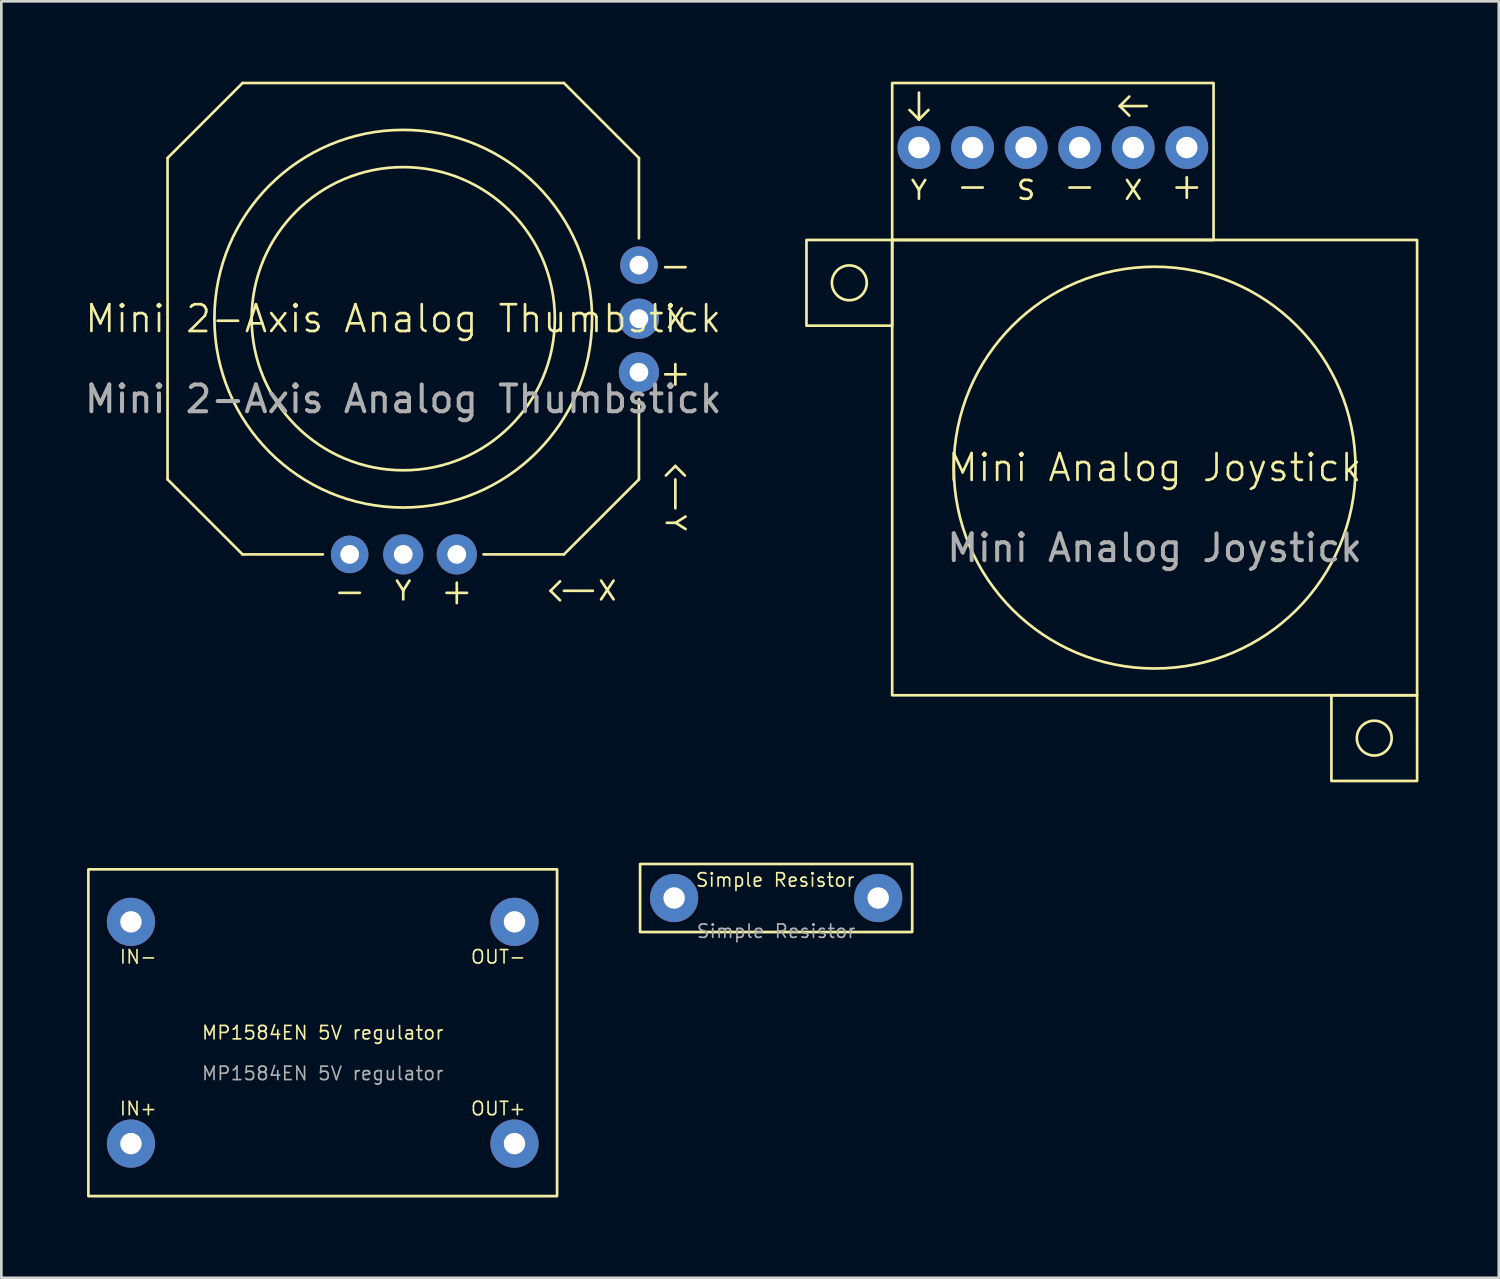
<source format=kicad_pcb>
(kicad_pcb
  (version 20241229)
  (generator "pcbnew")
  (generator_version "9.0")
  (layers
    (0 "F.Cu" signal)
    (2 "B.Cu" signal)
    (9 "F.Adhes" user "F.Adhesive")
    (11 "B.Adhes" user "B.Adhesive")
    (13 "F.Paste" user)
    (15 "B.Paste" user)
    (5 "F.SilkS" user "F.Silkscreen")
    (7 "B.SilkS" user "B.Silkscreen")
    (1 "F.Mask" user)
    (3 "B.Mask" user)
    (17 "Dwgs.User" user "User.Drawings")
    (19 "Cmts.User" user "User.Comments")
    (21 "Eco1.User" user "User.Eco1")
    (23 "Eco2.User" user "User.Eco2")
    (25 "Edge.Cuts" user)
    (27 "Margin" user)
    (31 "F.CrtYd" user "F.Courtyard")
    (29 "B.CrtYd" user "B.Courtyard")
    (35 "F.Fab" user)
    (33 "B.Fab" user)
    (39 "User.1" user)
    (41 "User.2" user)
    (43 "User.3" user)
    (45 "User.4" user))
  (footprint "Mini Analog Joystick"
    (layer "F.Cu")
    (at 30.262 22.91)
    (property "Reference" "Mini Analog Joystick" (at 9.8 -8.5 0) (unlocked yes) (layer "F.SilkS") (effects (font (size 1 1) (thickness 0.1))))
    (fp_line (start 1 -21.5) (end 0.646 -21.854) (stroke (width 0.1) (type solid)) (layer "F.SilkS"))
    (fp_line (start 1 -21.5) (end 1 -22.5) (stroke (width 0.1) (type solid)) (layer "F.SilkS"))
    (fp_line (start 1 -21.5) (end 1.354 -21.854) (stroke (width 0.1) (type solid)) (layer "F.SilkS"))
    (fp_line (start 8.5 -22) (end 8.854 -22.354) (stroke (width 0.1) (type solid)) (layer "F.SilkS"))
    (fp_line (start 8.5 -22) (end 8.854 -21.646) (stroke (width 0.1) (type solid)) (layer "F.SilkS"))
    (fp_line (start 8.5 -22) (end 9.5 -22) (stroke (width 0.1) (type solid)) (layer "F.SilkS"))
    (fp_rect (start -3.2 -17) (end 0 -13.8) (stroke (width 0.1) (type solid)) (fill no) (layer "F.SilkS"))
    (fp_rect (start 0 -22.86) (end 12 -17) (stroke (width 0.1) (type solid)) (fill no) (layer "F.SilkS"))
    (fp_rect (start 0 -17) (end 19.6 0) (stroke (width 0.1) (type solid)) (fill no) (layer "F.SilkS"))
    (fp_rect (start 16.4 0) (end 19.6 3.2) (stroke (width 0.1) (type solid)) (fill no) (layer "F.SilkS"))
    (fp_circle (center -1.6 -15.4) (end -0.95 -15.4) (stroke (width 0.1) (type solid)) (fill no) (layer "F.SilkS"))
    (fp_circle (center 9.8 -8.5) (end 17.3 -8.5) (stroke (width 0.1) (type solid)) (fill no) (layer "F.SilkS"))
    (fp_circle (center 18 1.6) (end 18.65 1.6) (stroke (width 0.1) (type solid)) (fill no) (layer "F.SilkS"))
    (fp_text user "-" (at 7 -18.45 0) (unlocked yes) (layer "F.SilkS") (effects (font (size 1 1) (thickness 0.1)) (justify bottom)))
    (fp_text user "Y" (at 1 -18.45 0) (unlocked yes) (layer "F.SilkS") (effects (font (size 0.7 0.7) (thickness 0.1)) (justify bottom)))
    (fp_text user "X" (at 9 -18.45 0) (unlocked yes) (layer "F.SilkS") (effects (font (size 0.7 0.7) (thickness 0.1)) (justify bottom)))
    (fp_text user "+" (at 11 -18.45 0) (unlocked yes) (layer "F.SilkS") (effects (font (size 1 1) (thickness 0.1)) (justify bottom)))
    (fp_text user "S" (at 5 -18.45 0) (unlocked yes) (layer "F.SilkS") (effects (font (size 0.7 0.7) (thickness 0.1)) (justify bottom)))
    (fp_text user "-" (at 3 -18.45 0) (unlocked yes) (layer "F.SilkS") (effects (font (size 1 1) (thickness 0.1)) (justify bottom)))
    (fp_text user "${REFERENCE}" (at 9.8 -5.5 0) (unlocked yes) (layer "F.Fab") (effects (font (size 1 1) (thickness 0.15))))
    (pad "1" thru_hole circle (at 7 -20.45) (size 1.6 1.6) (drill 0.8) (layers "*.Cu" "*.Mask"))
    (pad "2" thru_hole circle (at 9 -20.45) (size 1.6 1.6) (drill 0.8) (layers "*.Cu" "*.Mask"))
    (pad "3" thru_hole circle (at 11 -20.45) (size 1.6 1.6) (drill 0.8) (layers "*.Cu" "*.Mask"))
    (pad "4" thru_hole circle (at 3 -20.45) (size 1.6 1.6) (drill 0.8) (layers "*.Cu" "*.Mask"))
    (pad "5" thru_hole circle (at 1 -20.45) (size 1.6 1.6) (drill 0.8) (layers "*.Cu" "*.Mask"))
    (pad "6" thru_hole circle (at 5 -20.45) (size 1.6 1.6) (drill 0.8) (layers "*.Cu" "*.Mask")))
  (footprint "Mini 2-Axis Analog Thumbstick"
    (layer "F.Cu")
    (at 12.006 8.85)
    (property "Reference" "Mini 2-Axis Analog Thumbstick" (at 0 0 0) (unlocked yes) (layer "F.SilkS") (effects (font (size 1 1) (thickness 0.1))))
    (fp_line (start -8.8 -6) (end -6 -8.8) (stroke (width 0.1) (type default)) (layer "F.SilkS"))
    (fp_line (start -8.8 6) (end -8.8 -6) (stroke (width 0.1) (type default)) (layer "F.SilkS"))
    (fp_line (start -6 -8.8) (end 6 -8.8) (stroke (width 0.1) (type default)) (layer "F.SilkS"))
    (fp_line (start -6 8.8) (end -8.8 6) (stroke (width 0.1) (type solid)) (layer "F.SilkS"))
    (fp_line (start -6 8.8) (end -3 8.8) (stroke (width 0.1) (type solid)) (layer "F.SilkS"))
    (fp_line (start 5.5 10.16) (end 5.854 9.806) (stroke (width 0.1) (type solid)) (layer "F.SilkS"))
    (fp_line (start 5.5 10.16) (end 5.854 10.514) (stroke (width 0.1) (type solid)) (layer "F.SilkS"))
    (fp_line (start 6 -8.8) (end 8.8 -6) (stroke (width 0.1) (type default)) (layer "F.SilkS"))
    (fp_line (start 6 8.8) (end 3 8.8) (stroke (width 0.1) (type solid)) (layer "F.SilkS"))
    (fp_line (start 6 8.8) (end 8.8 6) (stroke (width 0.1) (type solid)) (layer "F.SilkS"))
    (fp_line (start 6 10.16) (end 7.08 10.16) (stroke (width 0.1) (type solid)) (layer "F.SilkS"))
    (fp_line (start 8.8 -6) (end 8.8 -3) (stroke (width 0.1) (type solid)) (layer "F.SilkS"))
    (fp_line (start 8.8 3) (end 8.8 6) (stroke (width 0.1) (type solid)) (layer "F.SilkS"))
    (fp_line (start 10.16 5.5) (end 9.806 5.854) (stroke (width 0.1) (type solid)) (layer "F.SilkS"))
    (fp_line (start 10.16 5.5) (end 10.514 5.854) (stroke (width 0.1) (type solid)) (layer "F.SilkS"))
    (fp_line (start 10.16 6) (end 10.16 7.08) (stroke (width 0.1) (type solid)) (layer "F.SilkS"))
    (fp_circle (center 0 0) (end 5.66 0) (stroke (width 0.1) (type solid)) (fill no) (layer "F.SilkS"))
    (fp_circle (center 0 0) (end 7.05 0) (stroke (width 0.1) (type solid)) (fill no) (layer "F.SilkS"))
    (fp_text user "-" (at -2 10.16 0) (unlocked yes) (layer "F.SilkS") (effects (font (size 1 1) (thickness 0.1))))
    (fp_text user "Y" (at 10.16 7.62 270) (unlocked yes) (layer "F.SilkS") (effects (font (size 0.7 0.7) (thickness 0.1))))
    (fp_text user "X" (at 7.62 10.16 0) (unlocked yes) (layer "F.SilkS") (effects (font (size 0.7 0.7) (thickness 0.1))))
    (fp_text user "+" (at 2 10.16 0) (unlocked yes) (layer "F.SilkS") (effects (font (size 1 1) (thickness 0.1))))
    (fp_text user "+" (at 10.16 2 0) (unlocked yes) (layer "F.SilkS") (effects (font (size 1 1) (thickness 0.1))))
    (fp_text user "Y" (at 0 10.16 0) (unlocked yes) (layer "F.SilkS") (effects (font (size 0.7 0.7) (thickness 0.1))))
    (fp_text user "-" (at 10.16 -2 0) (unlocked yes) (layer "F.SilkS") (effects (font (size 1 1) (thickness 0.1))))
    (fp_text user "X" (at 10.16 0 0) (unlocked yes) (layer "F.SilkS") (effects (font (size 0.7 0.7) (thickness 0.1))))
    (fp_text user "${REFERENCE}" (at 0 3 0) (unlocked yes) (layer "F.Fab") (effects (font (size 1 1) (thickness 0.15))))
    (pad "1" thru_hole circle (at 8.8 -2 270) (size 1.4 1.4) (drill 0.7) (layers "*.Cu" "*.Mask"))
    (pad "2" thru_hole circle (at 8.8 0 270) (size 1.5 1.5) (drill 0.7) (layers "*.Cu" "*.Mask"))
    (pad "3" thru_hole circle (at 8.8 2 270) (size 1.5 1.5) (drill 0.7) (layers "*.Cu" "*.Mask"))
    (pad "4" thru_hole circle (at -2 8.8) (size 1.4 1.4) (drill 0.7) (layers "*.Cu" "*.Mask"))
    (pad "5" thru_hole circle (at 0 8.8) (size 1.5 1.5) (drill 0.7) (layers "*.Cu" "*.Mask"))
    (pad "6" thru_hole circle (at 2 8.8) (size 1.5 1.5) (drill 0.7) (layers "*.Cu" "*.Mask")))
  (footprint "Simple Resistor"
    (layer "F.Cu")
    (at 22.12 30.48)
    (property "Reference" "Simple Resistor" (at 3.774 -0.673 0) (unlocked yes) (layer "F.SilkS") (effects (font (size 0.5 0.5) (thickness 0.062))))
    (fp_rect (start -1.27 -1.27) (end 8.89 1.27) (stroke (width 0.1) (type solid)) (fill no) (layer "F.SilkS"))
    (fp_text user "${REFERENCE}" (at 3.81 1.24 0) (unlocked yes) (layer "F.Fab") (effects (font (size 0.5 0.5) (thickness 0.062))))
    (pad "1" thru_hole circle (at 0 0) (size 1.8 1.8) (drill 0.8) (layers "*.Cu" "*.Mask"))
    (pad "2" thru_hole circle (at 7.62 0) (size 1.8 1.8) (drill 0.8) (layers "*.Cu" "*.Mask")))
  (footprint "MP1584EN 5V regulator"
    (layer "F.Cu")
    (at 0.25 29.41)
    (property "Reference" "MP1584EN 5V regulator" (at 8.75 6.1 0) (unlocked yes) (layer "F.SilkS") (effects (font (size 0.5 0.5) (thickness 0.062))))
    (fp_rect (start 0 0) (end 17.5 12.2) (stroke (width 0.1) (type solid)) (fill no) (layer "F.SilkS"))
    (fp_text user "IN-" (at 1.13 3.56 0) (unlocked yes) (layer "F.SilkS") (effects (font (size 0.5 0.5) (thickness 0.062)) (justify left bottom)))
    (fp_text user "IN+" (at 1.13 8.64 0) (unlocked yes) (layer "F.SilkS") (effects (font (size 0.5 0.5) (thickness 0.062)) (justify left top)))
    (fp_text user "OUT+" (at 16.37 8.64 0) (unlocked yes) (layer "F.SilkS") (effects (font (size 0.5 0.5) (thickness 0.062)) (justify right top)))
    (fp_text user "OUT-" (at 16.37 3.56 0) (unlocked yes) (layer "F.SilkS") (effects (font (size 0.5 0.5) (thickness 0.062)) (justify right bottom)))
    (fp_text user "${REFERENCE}" (at 8.75 7.62 0) (unlocked yes) (layer "F.Fab") (effects (font (size 0.5 0.5) (thickness 0.062))))
    (pad "1" thru_hole circle (at 1.59 1.96) (size 1.8 1.8) (drill 0.8) (layers "*.Cu" "*.Mask"))
    (pad "2" thru_hole circle (at 1.59 10.24) (size 1.8 1.8) (drill 0.8) (layers "*.Cu" "*.Mask"))
    (pad "3" thru_hole circle (at 15.91 1.96) (size 1.8 1.8) (drill 0.8) (layers "*.Cu" "*.Mask"))
    (pad "4" thru_hole circle (at 15.91 10.24) (size 1.8 1.8) (drill 0.8) (layers "*.Cu" "*.Mask")))
  (gr_rect
    (start -3 -3)
    (end 52.912 44.66)
    (stroke (width 0.1) (type default))
    (fill no)
    (layer "Edge.Cuts")))
</source>
